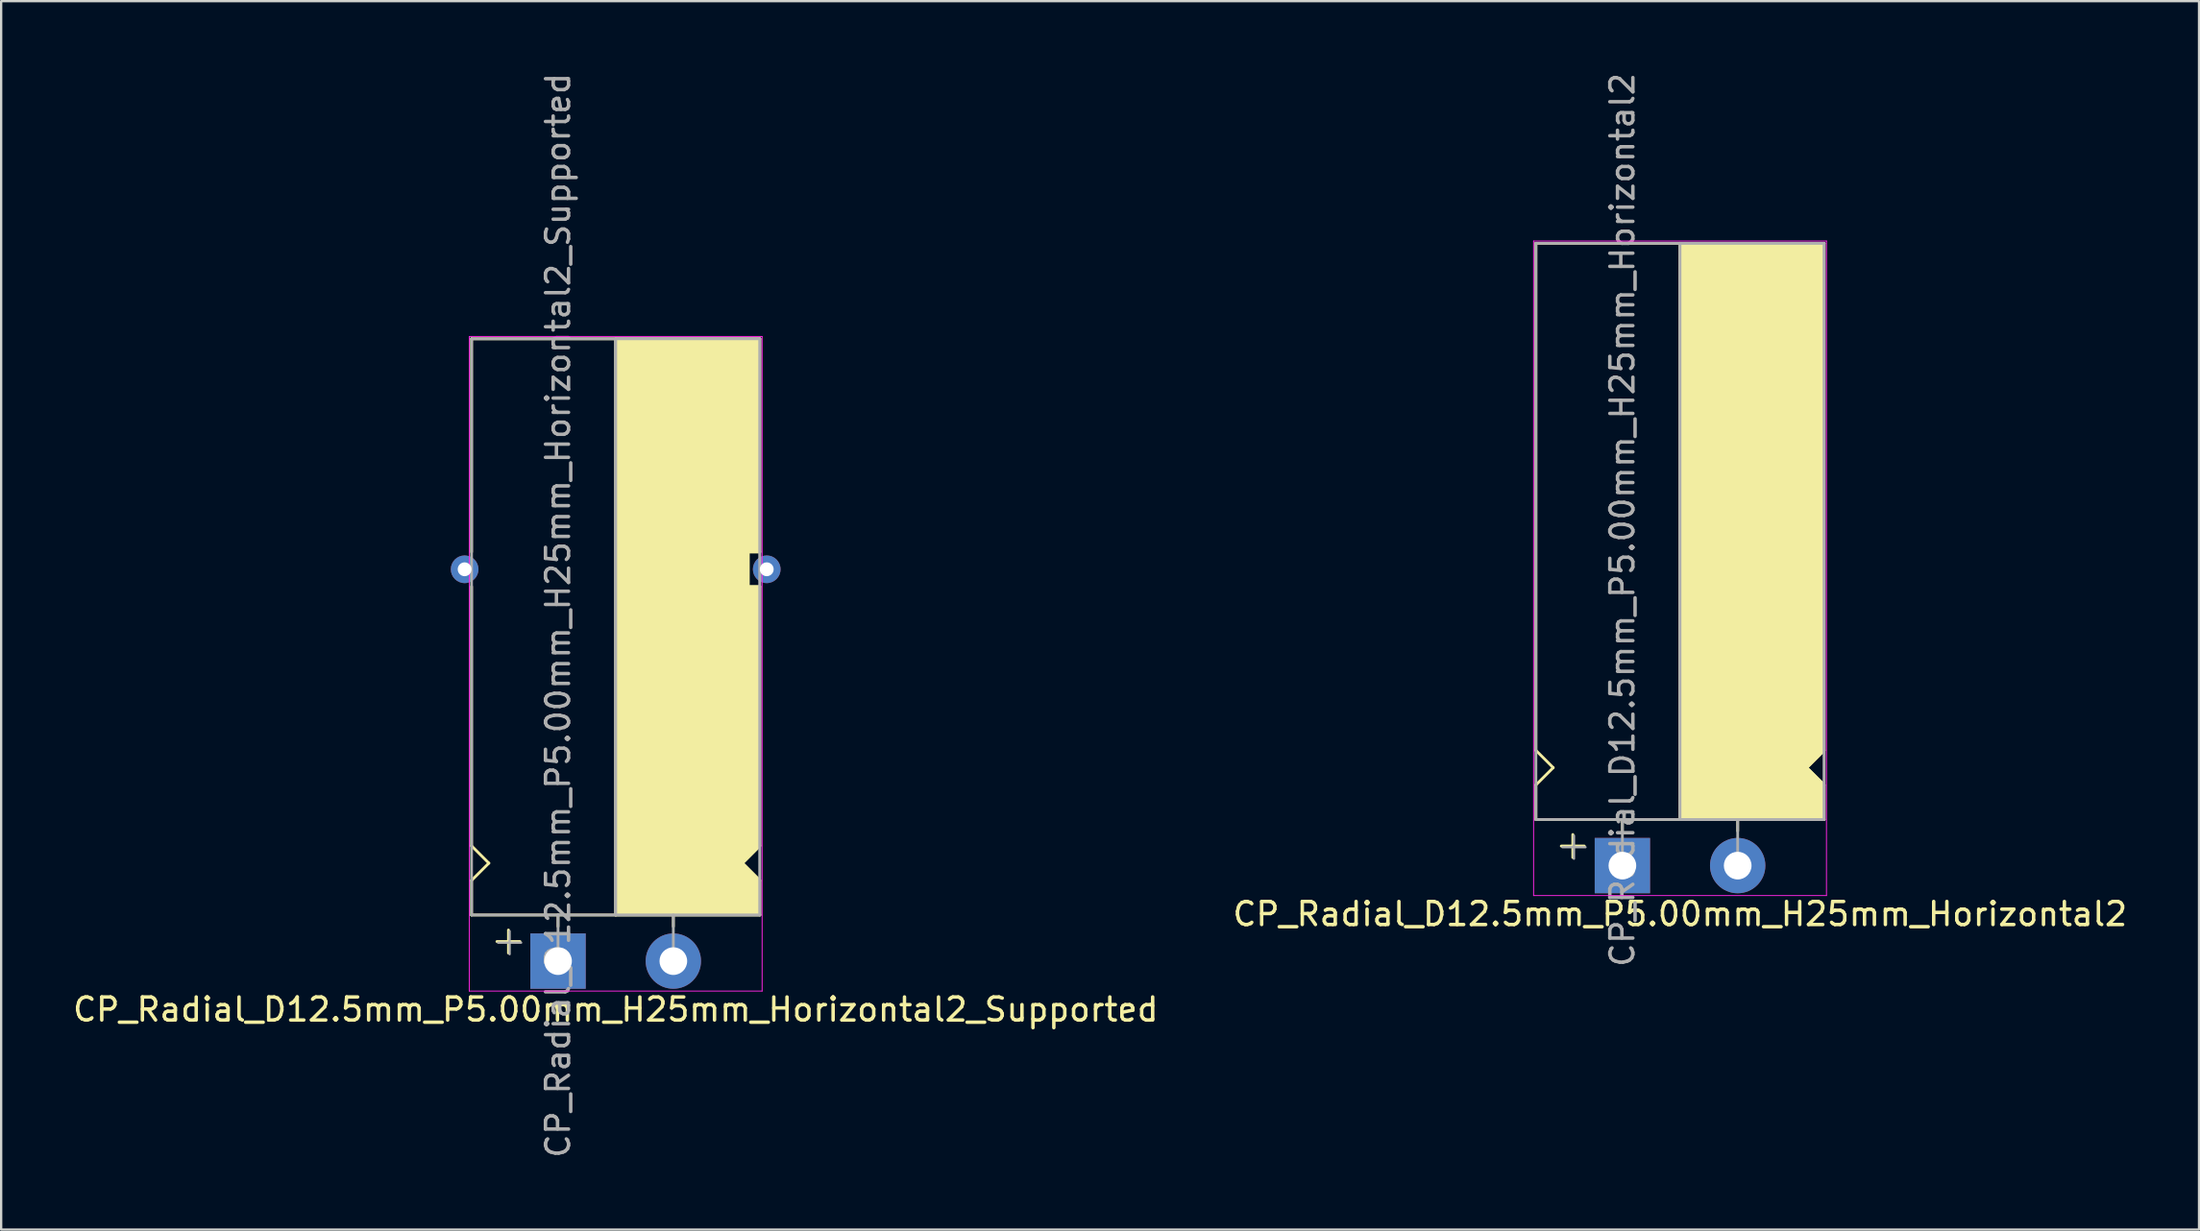
<source format=kicad_pcb>
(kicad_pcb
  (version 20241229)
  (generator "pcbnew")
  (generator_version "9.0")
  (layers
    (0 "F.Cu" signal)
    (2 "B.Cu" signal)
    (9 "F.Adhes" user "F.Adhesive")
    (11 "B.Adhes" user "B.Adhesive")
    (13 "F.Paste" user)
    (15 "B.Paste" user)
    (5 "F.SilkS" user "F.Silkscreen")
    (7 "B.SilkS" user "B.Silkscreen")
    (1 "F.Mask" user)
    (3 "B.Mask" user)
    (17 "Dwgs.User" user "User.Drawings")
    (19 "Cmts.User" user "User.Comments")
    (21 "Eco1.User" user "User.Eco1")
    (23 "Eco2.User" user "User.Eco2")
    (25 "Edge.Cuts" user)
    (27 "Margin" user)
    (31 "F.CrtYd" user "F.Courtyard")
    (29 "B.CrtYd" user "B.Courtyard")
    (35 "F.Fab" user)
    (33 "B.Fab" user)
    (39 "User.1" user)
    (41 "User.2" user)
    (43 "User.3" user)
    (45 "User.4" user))
  (footprint "CP_Radial_D12.5mm_P5.00mm_H25mm_Horizontal2"
    (layer "F.Cu")
    (at 67.304 34.506)
    (property "Reference" "CP_Radial_D12.5mm_P5.00mm_H25mm_Horizontal2" (at 2.5 2.1 180) (layer "F.SilkS") (effects (font (size 1 1) (thickness 0.15))))
    (attr through_hole)
    (fp_line (start -3.75 -5) (end -3.75 -27) (stroke (width 0.12) (type solid)) (layer "F.SilkS"))
    (fp_line (start -3.75 -3.5) (end -3 -4.25) (stroke (width 0.12) (type solid)) (layer "F.SilkS"))
    (fp_line (start -3.75 -2) (end -3.75 -3.5) (stroke (width 0.12) (type solid)) (layer "F.SilkS"))
    (fp_line (start -3 -4.25) (end -3.75 -5) (stroke (width 0.12) (type solid)) (layer "F.SilkS"))
    (fp_line (start -2.15 -1.35) (end -2.15 -0.35) (stroke (width 0.12) (type solid)) (layer "F.SilkS"))
    (fp_line (start -1.65 -0.85) (end -2.65 -0.85) (stroke (width 0.12) (type solid)) (layer "F.SilkS"))
    (fp_line (start 0 -1.5) (end 0 -2) (stroke (width 0.12) (type solid)) (layer "F.SilkS"))
    (fp_line (start 2.5 -2) (end -3.75 -2) (stroke (width 0.12) (type solid)) (layer "F.SilkS"))
    (fp_line (start 2.5 -2) (end 2.5 -27) (stroke (width 0.12) (type solid)) (layer "F.SilkS"))
    (fp_line (start 2.5 -2) (end 8.75 -2) (stroke (width 0.12) (type solid)) (layer "F.SilkS"))
    (fp_line (start 5 -1.5) (end 5 -2) (stroke (width 0.12) (type solid)) (layer "F.SilkS"))
    (fp_line (start 8 -4.25) (end 8.75 -5) (stroke (width 0.12) (type solid)) (layer "F.SilkS"))
    (fp_line (start 8.75 -27) (end -3.75 -27) (stroke (width 0.12) (type solid)) (layer "F.SilkS"))
    (fp_line (start 8.75 -5) (end 8.75 -27) (stroke (width 0.12) (type solid)) (layer "F.SilkS"))
    (fp_line (start 8.75 -3.5) (end 8 -4.25) (stroke (width 0.12) (type solid)) (layer "F.SilkS"))
    (fp_line (start 8.75 -2) (end 8.75 -3.5) (stroke (width 0.12) (type solid)) (layer "F.SilkS"))
    (fp_poly (pts (xy 8.75 -3.5) (xy 8 -4.25) (xy 8.75 -5) (xy 8.75 -27) (xy 2.5 -27) (xy 2.5 -2) (xy 8.75 -2)) (stroke (width 0.1) (type solid)) (fill yes) (layer "F.SilkS"))
    (fp_line (start -3.85 -27.1) (end -3.85 1.3) (stroke (width 0.04) (type solid)) (layer "F.CrtYd"))
    (fp_line (start 8.85 -27.1) (end -3.85 -27.1) (stroke (width 0.04) (type solid)) (layer "F.CrtYd"))
    (fp_line (start 8.85 1.3) (end -3.85 1.3) (stroke (width 0.04) (type solid)) (layer "F.CrtYd"))
    (fp_line (start 8.85 1.3) (end 8.85 -27.1) (stroke (width 0.04) (type solid)) (layer "F.CrtYd"))
    (fp_line (start -3.75 -27) (end 8.75 -27) (stroke (width 0.12) (type solid)) (layer "F.Fab"))
    (fp_line (start -3.75 -2) (end -3.75 -27) (stroke (width 0.12) (type solid)) (layer "F.Fab"))
    (fp_line (start -2.6 -0.8) (end -1.6 -0.8) (stroke (width 0.1) (type solid)) (layer "F.Fab"))
    (fp_line (start -2.1 -0.3) (end -2.1 -1.3) (stroke (width 0.1) (type solid)) (layer "F.Fab"))
    (fp_line (start 0 -2) (end -3.75 -2) (stroke (width 0.12) (type solid)) (layer "F.Fab"))
    (fp_line (start 0 0) (end 0 -2) (stroke (width 0.12) (type solid)) (layer "F.Fab"))
    (fp_line (start 2.5 -2) (end 2.5 -27) (stroke (width 0.12) (type solid)) (layer "F.Fab"))
    (fp_line (start 5 -2) (end 5 0) (stroke (width 0.12) (type solid)) (layer "F.Fab"))
    (fp_line (start 8.75 -27) (end 8.75 -2) (stroke (width 0.12) (type solid)) (layer "F.Fab"))
    (fp_line (start 8.75 -2) (end 0 -2) (stroke (width 0.12) (type solid)) (layer "F.Fab"))
    (fp_poly (pts (xy 8.75 -27) (xy 2.5 -27) (xy 2.5 -2) (xy 8.75 -2)) (stroke (width 0.1) (type solid)) (fill no) (layer "F.Fab"))
    (fp_text user "${REFERENCE}" (at 0 -15 90) (layer "F.Fab") (effects (font (size 1 1) (thickness 0.15))))
    (pad "1" thru_hole rect (at 0 0) (size 2.4 2.4) (drill 1.2) (layers "*.Cu" "*.Mask"))
    (pad "2" thru_hole circle (at 5 0) (size 2.4 2.4) (drill 1.2) (layers "*.Cu" "*.Mask")))
  (footprint "CP_Radial_D12.5mm_P5.00mm_H25mm_Horizontal2_Supported"
    (layer "F.Cu")
    (at 21.149 38.649)
    (property "Reference" "CP_Radial_D12.5mm_P5.00mm_H25mm_Horizontal2_Supported" (at 2.5 2.1 180) (layer "F.SilkS") (effects (font (size 1 1) (thickness 0.15))))
    (attr through_hole)
    (fp_line (start -3.75 -27) (end -3.75 -17.75) (stroke (width 0.12) (type solid)) (layer "F.SilkS"))
    (fp_line (start -3.75 -5) (end -3.75 -16.25) (stroke (width 0.12) (type solid)) (layer "F.SilkS"))
    (fp_line (start -3.75 -3.5) (end -3 -4.25) (stroke (width 0.12) (type solid)) (layer "F.SilkS"))
    (fp_line (start -3.75 -2) (end -3.75 -3.5) (stroke (width 0.12) (type solid)) (layer "F.SilkS"))
    (fp_line (start -3 -4.25) (end -3.75 -5) (stroke (width 0.12) (type solid)) (layer "F.SilkS"))
    (fp_line (start -2.15 -1.35) (end -2.15 -0.35) (stroke (width 0.12) (type solid)) (layer "F.SilkS"))
    (fp_line (start -1.65 -0.85) (end -2.65 -0.85) (stroke (width 0.12) (type solid)) (layer "F.SilkS"))
    (fp_line (start 0 -1.5) (end 0 -2) (stroke (width 0.12) (type solid)) (layer "F.SilkS"))
    (fp_line (start 2.5 -2) (end -3.75 -2) (stroke (width 0.12) (type solid)) (layer "F.SilkS"))
    (fp_line (start 2.5 -2) (end 2.5 -27) (stroke (width 0.12) (type solid)) (layer "F.SilkS"))
    (fp_line (start 2.5 -2) (end 8.75 -2) (stroke (width 0.12) (type solid)) (layer "F.SilkS"))
    (fp_line (start 5 -1.5) (end 5 -2) (stroke (width 0.12) (type solid)) (layer "F.SilkS"))
    (fp_line (start 8 -4.25) (end 8.75 -5) (stroke (width 0.12) (type solid)) (layer "F.SilkS"))
    (fp_line (start 8.25 -17.75) (end 8.25 -16.25) (stroke (width 0.12) (type solid)) (layer "F.SilkS"))
    (fp_line (start 8.25 -16.25) (end 8.75 -16.25) (stroke (width 0.12) (type solid)) (layer "F.SilkS"))
    (fp_line (start 8.75 -27) (end -3.75 -27) (stroke (width 0.12) (type solid)) (layer "F.SilkS"))
    (fp_line (start 8.75 -27) (end 8.75 -17.75) (stroke (width 0.12) (type solid)) (layer "F.SilkS"))
    (fp_line (start 8.75 -17.75) (end 8.25 -17.75) (stroke (width 0.12) (type solid)) (layer "F.SilkS"))
    (fp_line (start 8.75 -5) (end 8.75 -16.25) (stroke (width 0.12) (type solid)) (layer "F.SilkS"))
    (fp_line (start 8.75 -3.5) (end 8 -4.25) (stroke (width 0.12) (type solid)) (layer "F.SilkS"))
    (fp_line (start 8.75 -2) (end 8.75 -3.5) (stroke (width 0.12) (type solid)) (layer "F.SilkS"))
    (fp_poly (pts (xy 8.75 -3.5) (xy 8 -4.25) (xy 8.75 -5) (xy 8.75 -16.25) (xy 8.25 -16.25) (xy 8.25 -17.75) (xy 8.75 -17.75) (xy 8.75 -27) (xy 2.5 -27) (xy 2.5 -2) (xy 8.75 -2)) (stroke (width 0.1) (type solid)) (fill yes) (layer "F.SilkS"))
    (fp_line (start -3.85 -27.1) (end -3.85 1.3) (stroke (width 0.04) (type solid)) (layer "F.CrtYd"))
    (fp_line (start 8.85 -27.1) (end -3.85 -27.1) (stroke (width 0.04) (type solid)) (layer "F.CrtYd"))
    (fp_line (start 8.85 1.3) (end -3.85 1.3) (stroke (width 0.04) (type solid)) (layer "F.CrtYd"))
    (fp_line (start 8.85 1.3) (end 8.85 -27.1) (stroke (width 0.04) (type solid)) (layer "F.CrtYd"))
    (fp_line (start -3.75 -27) (end 8.75 -27) (stroke (width 0.12) (type solid)) (layer "F.Fab"))
    (fp_line (start -3.75 -2) (end -3.75 -27) (stroke (width 0.12) (type solid)) (layer "F.Fab"))
    (fp_line (start -2.6 -0.8) (end -1.6 -0.8) (stroke (width 0.1) (type solid)) (layer "F.Fab"))
    (fp_line (start -2.1 -0.3) (end -2.1 -1.3) (stroke (width 0.1) (type solid)) (layer "F.Fab"))
    (fp_line (start 0 -2) (end -3.75 -2) (stroke (width 0.12) (type solid)) (layer "F.Fab"))
    (fp_line (start 0 0) (end 0 -2) (stroke (width 0.12) (type solid)) (layer "F.Fab"))
    (fp_line (start 2.5 -2) (end 2.5 -27) (stroke (width 0.12) (type solid)) (layer "F.Fab"))
    (fp_line (start 5 -2) (end 5 0) (stroke (width 0.12) (type solid)) (layer "F.Fab"))
    (fp_line (start 8.75 -27) (end 8.75 -2) (stroke (width 0.12) (type solid)) (layer "F.Fab"))
    (fp_line (start 8.75 -2) (end 0 -2) (stroke (width 0.12) (type solid)) (layer "F.Fab"))
    (fp_poly (pts (xy 8.75 -27) (xy 2.5 -27) (xy 2.5 -2) (xy 8.75 -2)) (stroke (width 0.1) (type solid)) (fill no) (layer "F.Fab"))
    (fp_text user "${REFERENCE}" (at 0 -15 90) (layer "F.Fab") (effects (font (size 1 1) (thickness 0.15))))
    (pad "" thru_hole circle (at -4.05 -17 180) (size 1.2 1.2) (drill 0.6) (layers "*.Cu" "*.Mask"))
    (pad "" thru_hole circle (at 9.05 -17 180) (size 1.2 1.2) (drill 0.6) (layers "*.Cu" "*.Mask"))
    (pad "1" thru_hole rect (at 0 0) (size 2.4 2.4) (drill 1.2) (layers "*.Cu" "*.Mask"))
    (pad "2" thru_hole circle (at 5 0) (size 2.4 2.4) (drill 1.2) (layers "*.Cu" "*.Mask")))
  (gr_rect
    (start -3 -3)
    (end 92.31 50.298)
    (stroke (width 0.1) (type default))
    (fill no)
    (layer "Edge.Cuts")))
</source>
